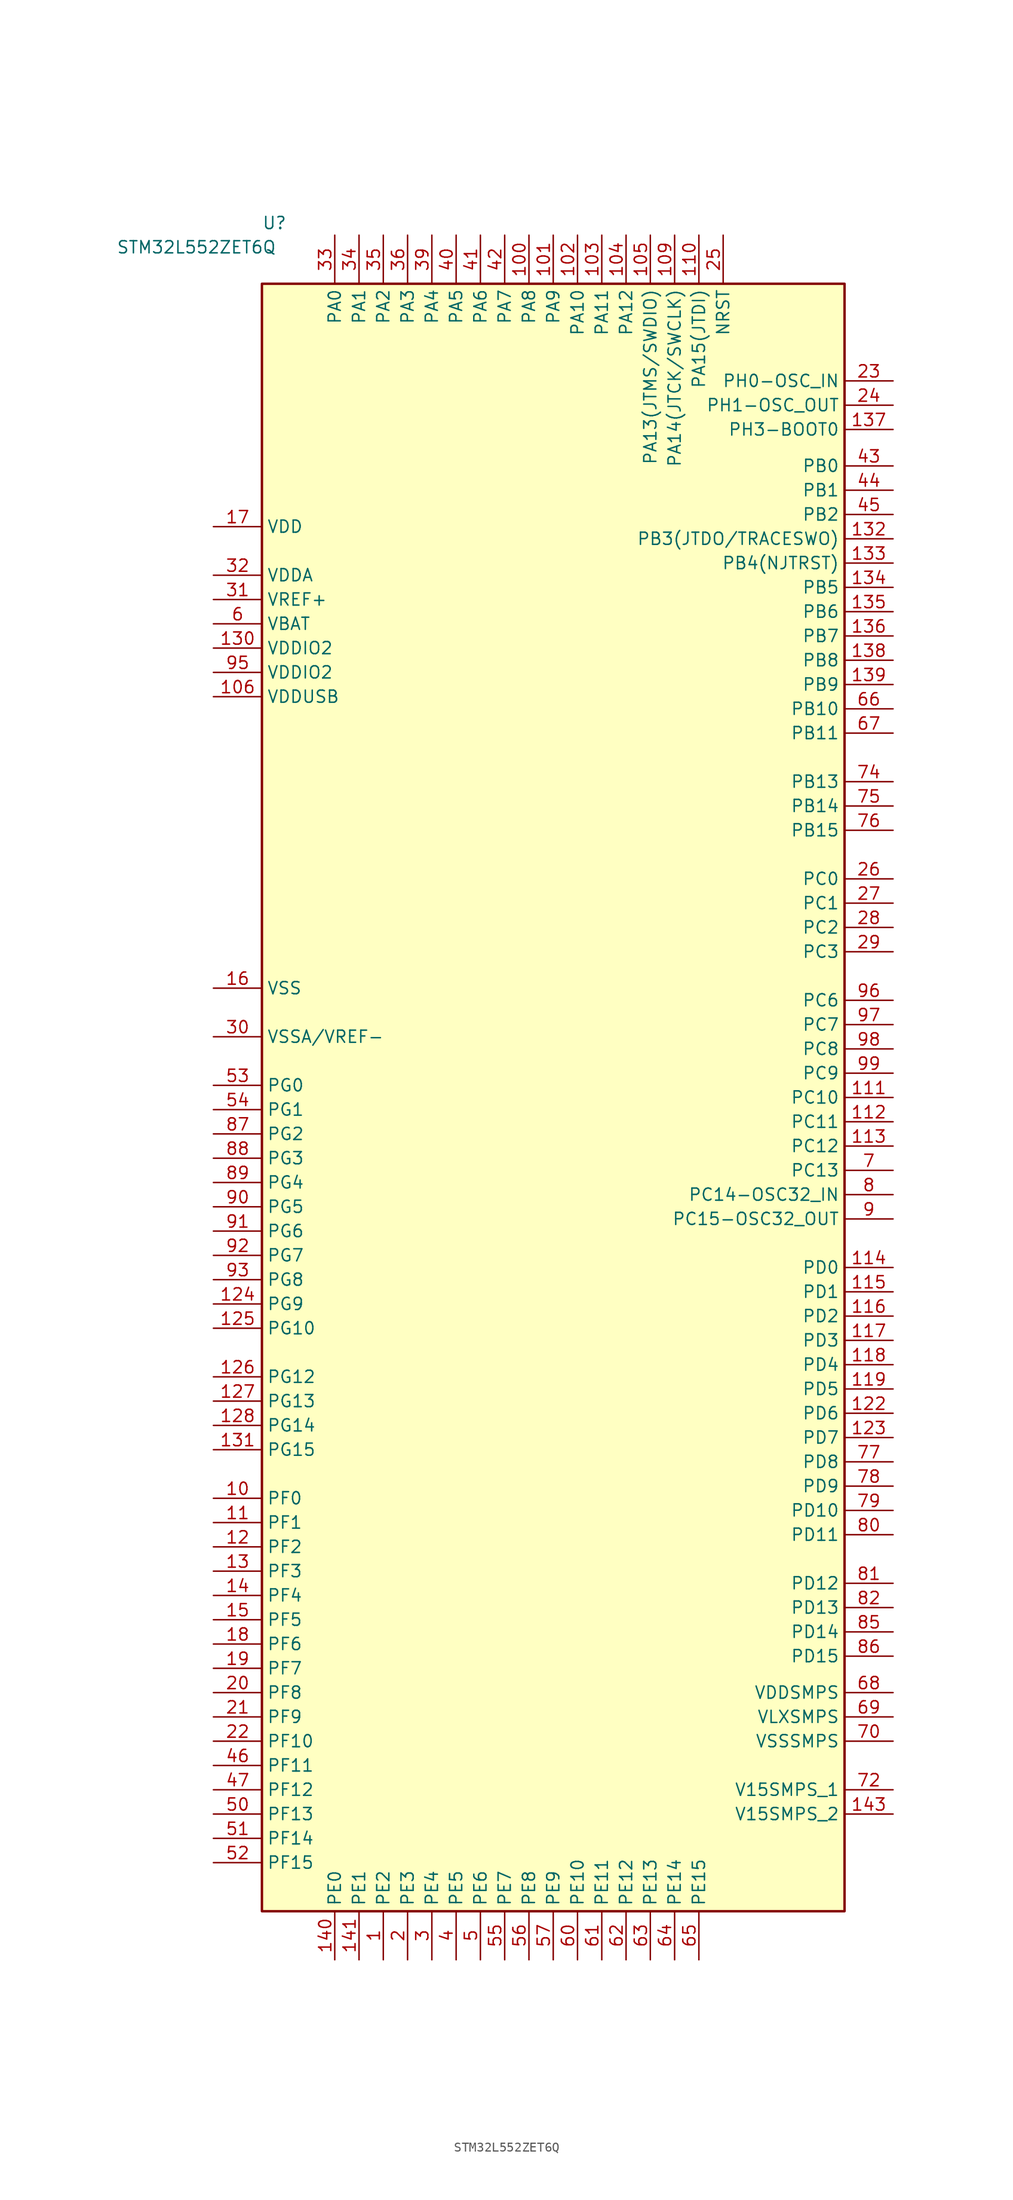
<source format=kicad_sym>
(kicad_symbol_lib
  (version 20211014)
  (generator kicad_symbol_editor)
  (symbol "STM32L552ZET6Q"
    (property "Reference" "U"
      (at -30.48 90.17 0)
      (effects (font (size 1.27 1.27)) (justify left)))
    (property "Value" "STM32L552ZET6Q"
      (at -45.72 87.63 0)
      (effects (font (size 1.27 1.27)) (justify left)))
    (symbol "STM32L552ZET6Q_0_1"
      (rectangle (start -30.48 -86.36) (end 30.48 83.82) (stroke (width 0.254) (type default) (color 0 0 0 0)) (fill (type background))))
    (symbol "STM32L552ZET6Q_1_1"
      (pin bidirectional line (at -17.78 -91.44 90) (length 5.08) (name "PE2" (effects (font (size 1.27 1.27)))) (number "1" (effects (font (size 1.27 1.27)))))
      (pin bidirectional line (at -35.56 -43.18 0) (length 5.08) (name "PF0" (effects (font (size 1.27 1.27)))) (number "10" (effects (font (size 1.27 1.27)))))
      (pin bidirectional line (at -2.54 88.9 270) (length 5.08) (name "PA8" (effects (font (size 1.27 1.27)))) (number "100" (effects (font (size 1.27 1.27)))))
      (pin bidirectional line (at 0 88.9 270) (length 5.08) (name "PA9" (effects (font (size 1.27 1.27)))) (number "101" (effects (font (size 1.27 1.27)))))
      (pin bidirectional line (at 2.54 88.9 270) (length 5.08) (name "PA10" (effects (font (size 1.27 1.27)))) (number "102" (effects (font (size 1.27 1.27)))))
      (pin bidirectional line (at 5.08 88.9 270) (length 5.08) (name "PA11" (effects (font (size 1.27 1.27)))) (number "103" (effects (font (size 1.27 1.27)))))
      (pin bidirectional line (at 7.62 88.9 270) (length 5.08) (name "PA12" (effects (font (size 1.27 1.27)))) (number "104" (effects (font (size 1.27 1.27)))))
      (pin bidirectional line (at 10.16 88.9 270) (length 5.08) (name "PA13(JTMS/SWDIO)" (effects (font (size 1.27 1.27)))) (number "105" (effects (font (size 1.27 1.27)))))
      (pin power_in line (at -35.56 40.64 0) (length 5.08) (name "VDDUSB" (effects (font (size 1.27 1.27)))) (number "106" (effects (font (size 1.27 1.27)))))
      (pin power_in line (at -35.56 10.16 0) (length 5.08) hide (name "VSS" (effects (font (size 1.27 1.27)))) (number "107" (effects (font (size 1.27 1.27)))))
      (pin power_in line (at -35.56 58.42 0) (length 5.08) hide (name "VDD" (effects (font (size 1.27 1.27)))) (number "108" (effects (font (size 1.27 1.27)))))
      (pin bidirectional line (at 12.7 88.9 270) (length 5.08) (name "PA14(JTCK/SWCLK)" (effects (font (size 1.27 1.27)))) (number "109" (effects (font (size 1.27 1.27)))))
      (pin bidirectional line (at -35.56 -45.72 0) (length 5.08) (name "PF1" (effects (font (size 1.27 1.27)))) (number "11" (effects (font (size 1.27 1.27)))))
      (pin bidirectional line (at 15.24 88.9 270) (length 5.08) (name "PA15(JTDI)" (effects (font (size 1.27 1.27)))) (number "110" (effects (font (size 1.27 1.27)))))
      (pin bidirectional line (at 35.56 -1.27 180) (length 5.08) (name "PC10" (effects (font (size 1.27 1.27)))) (number "111" (effects (font (size 1.27 1.27)))))
      (pin bidirectional line (at 35.56 -3.81 180) (length 5.08) (name "PC11" (effects (font (size 1.27 1.27)))) (number "112" (effects (font (size 1.27 1.27)))))
      (pin bidirectional line (at 35.56 -6.35 180) (length 5.08) (name "PC12" (effects (font (size 1.27 1.27)))) (number "113" (effects (font (size 1.27 1.27)))))
      (pin bidirectional line (at 35.56 -19.05 180) (length 5.08) (name "PD0" (effects (font (size 1.27 1.27)))) (number "114" (effects (font (size 1.27 1.27)))))
      (pin bidirectional line (at 35.56 -21.59 180) (length 5.08) (name "PD1" (effects (font (size 1.27 1.27)))) (number "115" (effects (font (size 1.27 1.27)))))
      (pin bidirectional line (at 35.56 -24.13 180) (length 5.08) (name "PD2" (effects (font (size 1.27 1.27)))) (number "116" (effects (font (size 1.27 1.27)))))
      (pin bidirectional line (at 35.56 -26.67 180) (length 5.08) (name "PD3" (effects (font (size 1.27 1.27)))) (number "117" (effects (font (size 1.27 1.27)))))
      (pin bidirectional line (at 35.56 -29.21 180) (length 5.08) (name "PD4" (effects (font (size 1.27 1.27)))) (number "118" (effects (font (size 1.27 1.27)))))
      (pin bidirectional line (at 35.56 -31.75 180) (length 5.08) (name "PD5" (effects (font (size 1.27 1.27)))) (number "119" (effects (font (size 1.27 1.27)))))
      (pin bidirectional line (at -35.56 -48.26 0) (length 5.08) (name "PF2" (effects (font (size 1.27 1.27)))) (number "12" (effects (font (size 1.27 1.27)))))
      (pin power_in line (at -35.56 10.16 0) (length 5.08) hide (name "VSS" (effects (font (size 1.27 1.27)))) (number "120" (effects (font (size 1.27 1.27)))))
      (pin power_in line (at -35.56 58.42 0) (length 5.08) hide (name "VDD" (effects (font (size 1.27 1.27)))) (number "121" (effects (font (size 1.27 1.27)))))
      (pin bidirectional line (at 35.56 -34.29 180) (length 5.08) (name "PD6" (effects (font (size 1.27 1.27)))) (number "122" (effects (font (size 1.27 1.27)))))
      (pin bidirectional line (at 35.56 -36.83 180) (length 5.08) (name "PD7" (effects (font (size 1.27 1.27)))) (number "123" (effects (font (size 1.27 1.27)))))
      (pin bidirectional line (at -35.56 -22.86 0) (length 5.08) (name "PG9" (effects (font (size 1.27 1.27)))) (number "124" (effects (font (size 1.27 1.27)))))
      (pin bidirectional line (at -35.56 -25.4 0) (length 5.08) (name "PG10" (effects (font (size 1.27 1.27)))) (number "125" (effects (font (size 1.27 1.27)))))
      (pin bidirectional line (at -35.56 -30.48 0) (length 5.08) (name "PG12" (effects (font (size 1.27 1.27)))) (number "126" (effects (font (size 1.27 1.27)))))
      (pin bidirectional line (at -35.56 -33.02 0) (length 5.08) (name "PG13" (effects (font (size 1.27 1.27)))) (number "127" (effects (font (size 1.27 1.27)))))
      (pin bidirectional line (at -35.56 -35.56 0) (length 5.08) (name "PG14" (effects (font (size 1.27 1.27)))) (number "128" (effects (font (size 1.27 1.27)))))
      (pin power_in line (at -35.56 10.16 0) (length 5.08) hide (name "VSS" (effects (font (size 1.27 1.27)))) (number "129" (effects (font (size 1.27 1.27)))))
      (pin bidirectional line (at -35.56 -50.8 0) (length 5.08) (name "PF3" (effects (font (size 1.27 1.27)))) (number "13" (effects (font (size 1.27 1.27)))))
      (pin power_in line (at -35.56 45.72 0) (length 5.08) (name "VDDIO2" (effects (font (size 1.27 1.27)))) (number "130" (effects (font (size 1.27 1.27)))))
      (pin bidirectional line (at -35.56 -38.1 0) (length 5.08) (name "PG15" (effects (font (size 1.27 1.27)))) (number "131" (effects (font (size 1.27 1.27)))))
      (pin bidirectional line (at 35.56 57.15 180) (length 5.08) (name "PB3(JTDO/TRACESWO)" (effects (font (size 1.27 1.27)))) (number "132" (effects (font (size 1.27 1.27)))))
      (pin bidirectional line (at 35.56 54.61 180) (length 5.08) (name "PB4(NJTRST)" (effects (font (size 1.27 1.27)))) (number "133" (effects (font (size 1.27 1.27)))))
      (pin bidirectional line (at 35.56 52.07 180) (length 5.08) (name "PB5" (effects (font (size 1.27 1.27)))) (number "134" (effects (font (size 1.27 1.27)))))
      (pin bidirectional line (at 35.56 49.53 180) (length 5.08) (name "PB6" (effects (font (size 1.27 1.27)))) (number "135" (effects (font (size 1.27 1.27)))))
      (pin bidirectional line (at 35.56 46.99 180) (length 5.08) (name "PB7" (effects (font (size 1.27 1.27)))) (number "136" (effects (font (size 1.27 1.27)))))
      (pin bidirectional line (at 35.56 68.58 180) (length 5.08) (name "PH3-BOOT0" (effects (font (size 1.27 1.27)))) (number "137" (effects (font (size 1.27 1.27)))))
      (pin bidirectional line (at 35.56 44.45 180) (length 5.08) (name "PB8" (effects (font (size 1.27 1.27)))) (number "138" (effects (font (size 1.27 1.27)))))
      (pin bidirectional line (at 35.56 41.91 180) (length 5.08) (name "PB9" (effects (font (size 1.27 1.27)))) (number "139" (effects (font (size 1.27 1.27)))))
      (pin bidirectional line (at -35.56 -53.34 0) (length 5.08) (name "PF4" (effects (font (size 1.27 1.27)))) (number "14" (effects (font (size 1.27 1.27)))))
      (pin bidirectional line (at -22.86 -91.44 90) (length 5.08) (name "PE0" (effects (font (size 1.27 1.27)))) (number "140" (effects (font (size 1.27 1.27)))))
      (pin bidirectional line (at -20.32 -91.44 90) (length 5.08) (name "PE1" (effects (font (size 1.27 1.27)))) (number "141" (effects (font (size 1.27 1.27)))))
      (pin power_in line (at -35.56 10.16 0) (length 5.08) hide (name "VSS" (effects (font (size 1.27 1.27)))) (number "142" (effects (font (size 1.27 1.27)))))
      (pin power_in line (at 35.56 -76.2 180) (length 5.08) (name "V15SMPS_2" (effects (font (size 1.27 1.27)))) (number "143" (effects (font (size 1.27 1.27)))))
      (pin power_in line (at -35.56 58.42 0) (length 5.08) hide (name "VDD" (effects (font (size 1.27 1.27)))) (number "144" (effects (font (size 1.27 1.27)))))
      (pin bidirectional line (at -35.56 -55.88 0) (length 5.08) (name "PF5" (effects (font (size 1.27 1.27)))) (number "15" (effects (font (size 1.27 1.27)))))
      (pin power_in line (at -35.56 10.16 0) (length 5.08) (name "VSS" (effects (font (size 1.27 1.27)))) (number "16" (effects (font (size 1.27 1.27)))))
      (pin power_in line (at -35.56 58.42 0) (length 5.08) (name "VDD" (effects (font (size 1.27 1.27)))) (number "17" (effects (font (size 1.27 1.27)))))
      (pin bidirectional line (at -35.56 -58.42 0) (length 5.08) (name "PF6" (effects (font (size 1.27 1.27)))) (number "18" (effects (font (size 1.27 1.27)))))
      (pin bidirectional line (at -35.56 -60.96 0) (length 5.08) (name "PF7" (effects (font (size 1.27 1.27)))) (number "19" (effects (font (size 1.27 1.27)))))
      (pin bidirectional line (at -15.24 -91.44 90) (length 5.08) (name "PE3" (effects (font (size 1.27 1.27)))) (number "2" (effects (font (size 1.27 1.27)))))
      (pin bidirectional line (at -35.56 -63.5 0) (length 5.08) (name "PF8" (effects (font (size 1.27 1.27)))) (number "20" (effects (font (size 1.27 1.27)))))
      (pin bidirectional line (at -35.56 -66.04 0) (length 5.08) (name "PF9" (effects (font (size 1.27 1.27)))) (number "21" (effects (font (size 1.27 1.27)))))
      (pin bidirectional line (at -35.56 -68.58 0) (length 5.08) (name "PF10" (effects (font (size 1.27 1.27)))) (number "22" (effects (font (size 1.27 1.27)))))
      (pin input line (at 35.56 73.66 180) (length 5.08) (name "PH0-OSC_IN" (effects (font (size 1.27 1.27)))) (number "23" (effects (font (size 1.27 1.27)))))
      (pin input line (at 35.56 71.12 180) (length 5.08) (name "PH1-OSC_OUT" (effects (font (size 1.27 1.27)))) (number "24" (effects (font (size 1.27 1.27)))))
      (pin input line (at 17.78 88.9 270) (length 5.08) (name "NRST" (effects (font (size 1.27 1.27)))) (number "25" (effects (font (size 1.27 1.27)))))
      (pin bidirectional line (at 35.56 21.59 180) (length 5.08) (name "PC0" (effects (font (size 1.27 1.27)))) (number "26" (effects (font (size 1.27 1.27)))))
      (pin bidirectional line (at 35.56 19.05 180) (length 5.08) (name "PC1" (effects (font (size 1.27 1.27)))) (number "27" (effects (font (size 1.27 1.27)))))
      (pin bidirectional line (at 35.56 16.51 180) (length 5.08) (name "PC2" (effects (font (size 1.27 1.27)))) (number "28" (effects (font (size 1.27 1.27)))))
      (pin bidirectional line (at 35.56 13.97 180) (length 5.08) (name "PC3" (effects (font (size 1.27 1.27)))) (number "29" (effects (font (size 1.27 1.27)))))
      (pin bidirectional line (at -12.7 -91.44 90) (length 5.08) (name "PE4" (effects (font (size 1.27 1.27)))) (number "3" (effects (font (size 1.27 1.27)))))
      (pin power_in line (at -35.56 5.08 0) (length 5.08) (name "VSSA/VREF-" (effects (font (size 1.27 1.27)))) (number "30" (effects (font (size 1.27 1.27)))))
      (pin power_in line (at -35.56 50.8 0) (length 5.08) (name "VREF+" (effects (font (size 1.27 1.27)))) (number "31" (effects (font (size 1.27 1.27)))))
      (pin power_in line (at -35.56 53.34 0) (length 5.08) (name "VDDA" (effects (font (size 1.27 1.27)))) (number "32" (effects (font (size 1.27 1.27)))))
      (pin bidirectional line (at -22.86 88.9 270) (length 5.08) (name "PA0" (effects (font (size 1.27 1.27)))) (number "33" (effects (font (size 1.27 1.27)))))
      (pin bidirectional line (at -20.32 88.9 270) (length 5.08) (name "PA1" (effects (font (size 1.27 1.27)))) (number "34" (effects (font (size 1.27 1.27)))))
      (pin bidirectional line (at -17.78 88.9 270) (length 5.08) (name "PA2" (effects (font (size 1.27 1.27)))) (number "35" (effects (font (size 1.27 1.27)))))
      (pin bidirectional line (at -15.24 88.9 270) (length 5.08) (name "PA3" (effects (font (size 1.27 1.27)))) (number "36" (effects (font (size 1.27 1.27)))))
      (pin power_in line (at -35.56 10.16 0) (length 5.08) hide (name "VSS" (effects (font (size 1.27 1.27)))) (number "37" (effects (font (size 1.27 1.27)))))
      (pin power_in line (at -35.56 58.42 0) (length 5.08) hide (name "VDD" (effects (font (size 1.27 1.27)))) (number "38" (effects (font (size 1.27 1.27)))))
      (pin bidirectional line (at -12.7 88.9 270) (length 5.08) (name "PA4" (effects (font (size 1.27 1.27)))) (number "39" (effects (font (size 1.27 1.27)))))
      (pin bidirectional line (at -10.16 -91.44 90) (length 5.08) (name "PE5" (effects (font (size 1.27 1.27)))) (number "4" (effects (font (size 1.27 1.27)))))
      (pin bidirectional line (at -10.16 88.9 270) (length 5.08) (name "PA5" (effects (font (size 1.27 1.27)))) (number "40" (effects (font (size 1.27 1.27)))))
      (pin bidirectional line (at -7.62 88.9 270) (length 5.08) (name "PA6" (effects (font (size 1.27 1.27)))) (number "41" (effects (font (size 1.27 1.27)))))
      (pin bidirectional line (at -5.08 88.9 270) (length 5.08) (name "PA7" (effects (font (size 1.27 1.27)))) (number "42" (effects (font (size 1.27 1.27)))))
      (pin bidirectional line (at 35.56 64.77 180) (length 5.08) (name "PB0" (effects (font (size 1.27 1.27)))) (number "43" (effects (font (size 1.27 1.27)))))
      (pin bidirectional line (at 35.56 62.23 180) (length 5.08) (name "PB1" (effects (font (size 1.27 1.27)))) (number "44" (effects (font (size 1.27 1.27)))))
      (pin bidirectional line (at 35.56 59.69 180) (length 5.08) (name "PB2" (effects (font (size 1.27 1.27)))) (number "45" (effects (font (size 1.27 1.27)))))
      (pin bidirectional line (at -35.56 -71.12 0) (length 5.08) (name "PF11" (effects (font (size 1.27 1.27)))) (number "46" (effects (font (size 1.27 1.27)))))
      (pin bidirectional line (at -35.56 -73.66 0) (length 5.08) (name "PF12" (effects (font (size 1.27 1.27)))) (number "47" (effects (font (size 1.27 1.27)))))
      (pin power_in line (at -35.56 10.16 0) (length 5.08) hide (name "VSS" (effects (font (size 1.27 1.27)))) (number "48" (effects (font (size 1.27 1.27)))))
      (pin power_in line (at -35.56 58.42 0) (length 5.08) hide (name "VDD" (effects (font (size 1.27 1.27)))) (number "49" (effects (font (size 1.27 1.27)))))
      (pin bidirectional line (at -7.62 -91.44 90) (length 5.08) (name "PE6" (effects (font (size 1.27 1.27)))) (number "5" (effects (font (size 1.27 1.27)))))
      (pin bidirectional line (at -35.56 -76.2 0) (length 5.08) (name "PF13" (effects (font (size 1.27 1.27)))) (number "50" (effects (font (size 1.27 1.27)))))
      (pin bidirectional line (at -35.56 -78.74 0) (length 5.08) (name "PF14" (effects (font (size 1.27 1.27)))) (number "51" (effects (font (size 1.27 1.27)))))
      (pin bidirectional line (at -35.56 -81.28 0) (length 5.08) (name "PF15" (effects (font (size 1.27 1.27)))) (number "52" (effects (font (size 1.27 1.27)))))
      (pin bidirectional line (at -35.56 0 0) (length 5.08) (name "PG0" (effects (font (size 1.27 1.27)))) (number "53" (effects (font (size 1.27 1.27)))))
      (pin bidirectional line (at -35.56 -2.54 0) (length 5.08) (name "PG1" (effects (font (size 1.27 1.27)))) (number "54" (effects (font (size 1.27 1.27)))))
      (pin bidirectional line (at -5.08 -91.44 90) (length 5.08) (name "PE7" (effects (font (size 1.27 1.27)))) (number "55" (effects (font (size 1.27 1.27)))))
      (pin bidirectional line (at -2.54 -91.44 90) (length 5.08) (name "PE8" (effects (font (size 1.27 1.27)))) (number "56" (effects (font (size 1.27 1.27)))))
      (pin bidirectional line (at 0 -91.44 90) (length 5.08) (name "PE9" (effects (font (size 1.27 1.27)))) (number "57" (effects (font (size 1.27 1.27)))))
      (pin power_in line (at -35.56 10.16 0) (length 5.08) hide (name "VSS" (effects (font (size 1.27 1.27)))) (number "58" (effects (font (size 1.27 1.27)))))
      (pin power_in line (at -35.56 58.42 0) (length 5.08) hide (name "VDD" (effects (font (size 1.27 1.27)))) (number "59" (effects (font (size 1.27 1.27)))))
      (pin power_in line (at -35.56 48.26 0) (length 5.08) (name "VBAT" (effects (font (size 1.27 1.27)))) (number "6" (effects (font (size 1.27 1.27)))))
      (pin bidirectional line (at 2.54 -91.44 90) (length 5.08) (name "PE10" (effects (font (size 1.27 1.27)))) (number "60" (effects (font (size 1.27 1.27)))))
      (pin bidirectional line (at 5.08 -91.44 90) (length 5.08) (name "PE11" (effects (font (size 1.27 1.27)))) (number "61" (effects (font (size 1.27 1.27)))))
      (pin bidirectional line (at 7.62 -91.44 90) (length 5.08) (name "PE12" (effects (font (size 1.27 1.27)))) (number "62" (effects (font (size 1.27 1.27)))))
      (pin bidirectional line (at 10.16 -91.44 90) (length 5.08) (name "PE13" (effects (font (size 1.27 1.27)))) (number "63" (effects (font (size 1.27 1.27)))))
      (pin bidirectional line (at 12.7 -91.44 90) (length 5.08) (name "PE14" (effects (font (size 1.27 1.27)))) (number "64" (effects (font (size 1.27 1.27)))))
      (pin bidirectional line (at 15.24 -91.44 90) (length 5.08) (name "PE15" (effects (font (size 1.27 1.27)))) (number "65" (effects (font (size 1.27 1.27)))))
      (pin bidirectional line (at 35.56 39.37 180) (length 5.08) (name "PB10" (effects (font (size 1.27 1.27)))) (number "66" (effects (font (size 1.27 1.27)))))
      (pin bidirectional line (at 35.56 36.83 180) (length 5.08) (name "PB11" (effects (font (size 1.27 1.27)))) (number "67" (effects (font (size 1.27 1.27)))))
      (pin power_in line (at 35.56 -63.5 180) (length 5.08) (name "VDDSMPS" (effects (font (size 1.27 1.27)))) (number "68" (effects (font (size 1.27 1.27)))))
      (pin power_in line (at 35.56 -66.04 180) (length 5.08) (name "VLXSMPS" (effects (font (size 1.27 1.27)))) (number "69" (effects (font (size 1.27 1.27)))))
      (pin bidirectional line (at 35.56 -8.89 180) (length 5.08) (name "PC13" (effects (font (size 1.27 1.27)))) (number "7" (effects (font (size 1.27 1.27)))))
      (pin power_in line (at 35.56 -68.58 180) (length 5.08) (name "VSSSMPS" (effects (font (size 1.27 1.27)))) (number "70" (effects (font (size 1.27 1.27)))))
      (pin power_in line (at -35.56 10.16 0) (length 5.08) hide (name "VSS" (effects (font (size 1.27 1.27)))) (number "71" (effects (font (size 1.27 1.27)))))
      (pin power_in line (at 35.56 -73.66 180) (length 5.08) (name "V15SMPS_1" (effects (font (size 1.27 1.27)))) (number "72" (effects (font (size 1.27 1.27)))))
      (pin power_in line (at -35.56 58.42 0) (length 5.08) hide (name "VDD" (effects (font (size 1.27 1.27)))) (number "73" (effects (font (size 1.27 1.27)))))
      (pin bidirectional line (at 35.56 31.75 180) (length 5.08) (name "PB13" (effects (font (size 1.27 1.27)))) (number "74" (effects (font (size 1.27 1.27)))))
      (pin bidirectional line (at 35.56 29.21 180) (length 5.08) (name "PB14" (effects (font (size 1.27 1.27)))) (number "75" (effects (font (size 1.27 1.27)))))
      (pin bidirectional line (at 35.56 26.67 180) (length 5.08) (name "PB15" (effects (font (size 1.27 1.27)))) (number "76" (effects (font (size 1.27 1.27)))))
      (pin bidirectional line (at 35.56 -39.37 180) (length 5.08) (name "PD8" (effects (font (size 1.27 1.27)))) (number "77" (effects (font (size 1.27 1.27)))))
      (pin bidirectional line (at 35.56 -41.91 180) (length 5.08) (name "PD9" (effects (font (size 1.27 1.27)))) (number "78" (effects (font (size 1.27 1.27)))))
      (pin bidirectional line (at 35.56 -44.45 180) (length 5.08) (name "PD10" (effects (font (size 1.27 1.27)))) (number "79" (effects (font (size 1.27 1.27)))))
      (pin bidirectional line (at 35.56 -11.43 180) (length 5.08) (name "PC14-OSC32_IN" (effects (font (size 1.27 1.27)))) (number "8" (effects (font (size 1.27 1.27)))))
      (pin bidirectional line (at 35.56 -46.99 180) (length 5.08) (name "PD11" (effects (font (size 1.27 1.27)))) (number "80" (effects (font (size 1.27 1.27)))))
      (pin bidirectional line (at 35.56 -52.07 180) (length 5.08) (name "PD12" (effects (font (size 1.27 1.27)))) (number "81" (effects (font (size 1.27 1.27)))))
      (pin bidirectional line (at 35.56 -54.61 180) (length 5.08) (name "PD13" (effects (font (size 1.27 1.27)))) (number "82" (effects (font (size 1.27 1.27)))))
      (pin power_in line (at -35.56 10.16 0) (length 5.08) hide (name "VSS" (effects (font (size 1.27 1.27)))) (number "83" (effects (font (size 1.27 1.27)))))
      (pin power_in line (at -35.56 58.42 0) (length 5.08) hide (name "VDD" (effects (font (size 1.27 1.27)))) (number "84" (effects (font (size 1.27 1.27)))))
      (pin bidirectional line (at 35.56 -57.15 180) (length 5.08) (name "PD14" (effects (font (size 1.27 1.27)))) (number "85" (effects (font (size 1.27 1.27)))))
      (pin bidirectional line (at 35.56 -59.69 180) (length 5.08) (name "PD15" (effects (font (size 1.27 1.27)))) (number "86" (effects (font (size 1.27 1.27)))))
      (pin bidirectional line (at -35.56 -5.08 0) (length 5.08) (name "PG2" (effects (font (size 1.27 1.27)))) (number "87" (effects (font (size 1.27 1.27)))))
      (pin bidirectional line (at -35.56 -7.62 0) (length 5.08) (name "PG3" (effects (font (size 1.27 1.27)))) (number "88" (effects (font (size 1.27 1.27)))))
      (pin bidirectional line (at -35.56 -10.16 0) (length 5.08) (name "PG4" (effects (font (size 1.27 1.27)))) (number "89" (effects (font (size 1.27 1.27)))))
      (pin bidirectional line (at 35.56 -13.97 180) (length 5.08) (name "PC15-OSC32_OUT" (effects (font (size 1.27 1.27)))) (number "9" (effects (font (size 1.27 1.27)))))
      (pin bidirectional line (at -35.56 -12.7 0) (length 5.08) (name "PG5" (effects (font (size 1.27 1.27)))) (number "90" (effects (font (size 1.27 1.27)))))
      (pin bidirectional line (at -35.56 -15.24 0) (length 5.08) (name "PG6" (effects (font (size 1.27 1.27)))) (number "91" (effects (font (size 1.27 1.27)))))
      (pin bidirectional line (at -35.56 -17.78 0) (length 5.08) (name "PG7" (effects (font (size 1.27 1.27)))) (number "92" (effects (font (size 1.27 1.27)))))
      (pin bidirectional line (at -35.56 -20.32 0) (length 5.08) (name "PG8" (effects (font (size 1.27 1.27)))) (number "93" (effects (font (size 1.27 1.27)))))
      (pin power_in line (at -35.56 10.16 0) (length 5.08) hide (name "VSS" (effects (font (size 1.27 1.27)))) (number "94" (effects (font (size 1.27 1.27)))))
      (pin power_in line (at -35.56 43.18 0) (length 5.08) (name "VDDIO2" (effects (font (size 1.27 1.27)))) (number "95" (effects (font (size 1.27 1.27)))))
      (pin bidirectional line (at 35.56 8.89 180) (length 5.08) (name "PC6" (effects (font (size 1.27 1.27)))) (number "96" (effects (font (size 1.27 1.27)))))
      (pin bidirectional line (at 35.56 6.35 180) (length 5.08) (name "PC7" (effects (font (size 1.27 1.27)))) (number "97" (effects (font (size 1.27 1.27)))))
      (pin bidirectional line (at 35.56 3.81 180) (length 5.08) (name "PC8" (effects (font (size 1.27 1.27)))) (number "98" (effects (font (size 1.27 1.27)))))
      (pin bidirectional line (at 35.56 1.27 180) (length 5.08) (name "PC9" (effects (font (size 1.27 1.27)))) (number "99" (effects (font (size 1.27 1.27))))))))
</source>
